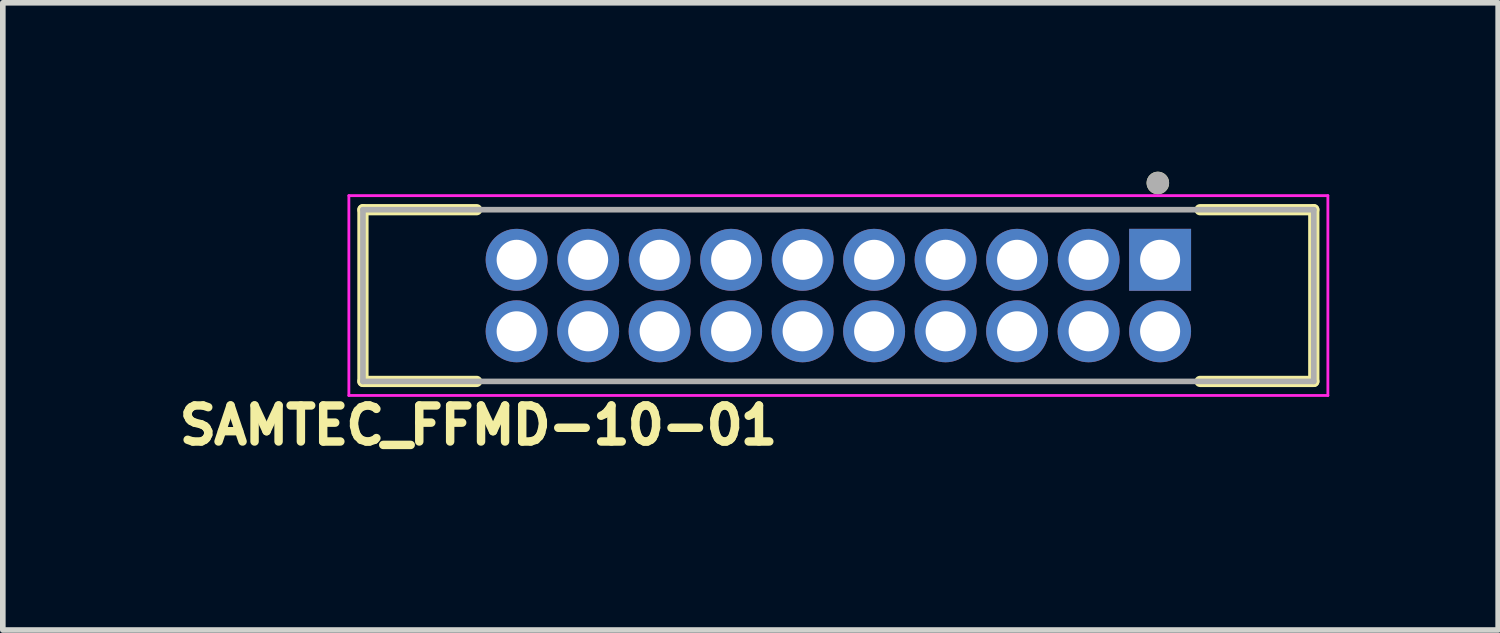
<source format=kicad_pcb>
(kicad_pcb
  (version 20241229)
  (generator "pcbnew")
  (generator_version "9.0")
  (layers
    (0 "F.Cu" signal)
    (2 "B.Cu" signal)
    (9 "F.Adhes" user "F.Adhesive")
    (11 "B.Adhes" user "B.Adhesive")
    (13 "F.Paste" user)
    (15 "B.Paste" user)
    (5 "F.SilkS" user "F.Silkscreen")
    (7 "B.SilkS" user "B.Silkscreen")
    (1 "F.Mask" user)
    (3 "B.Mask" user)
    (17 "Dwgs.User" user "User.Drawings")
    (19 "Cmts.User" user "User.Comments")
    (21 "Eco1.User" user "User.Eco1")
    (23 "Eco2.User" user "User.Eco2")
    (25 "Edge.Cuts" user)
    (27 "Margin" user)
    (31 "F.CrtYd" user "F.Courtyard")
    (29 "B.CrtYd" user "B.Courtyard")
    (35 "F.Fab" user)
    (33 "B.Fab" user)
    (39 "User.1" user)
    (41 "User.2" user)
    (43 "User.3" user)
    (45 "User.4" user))
  (footprint "SAMTEC_FFMD-10-01"
    (layer "F.Cu")
    (at 11.842 2.2)
    (property "Reference" "SAMTEC_FFMD-10-01" (at -6.393 2.304 0) (layer "F.SilkS") (effects (font (size 0.64 0.64) (thickness 0.15))))
    (attr through_hole)
    (fp_line (start -8.445 -1.525) (end -8.445 1.525) (stroke (width 0.2) (type solid)) (layer "F.SilkS"))
    (fp_line (start -8.445 1.525) (end -6.425 1.525) (stroke (width 0.2) (type solid)) (layer "F.SilkS"))
    (fp_line (start -6.425 -1.525) (end -8.445 -1.525) (stroke (width 0.2) (type solid)) (layer "F.SilkS"))
    (fp_line (start 6.425 1.525) (end 8.445 1.525) (stroke (width 0.2) (type solid)) (layer "F.SilkS"))
    (fp_line (start 8.445 -1.525) (end 6.425 -1.525) (stroke (width 0.2) (type solid)) (layer "F.SilkS"))
    (fp_line (start 8.445 1.525) (end 8.445 -1.525) (stroke (width 0.2) (type solid)) (layer "F.SilkS"))
    (fp_circle (center 5.675 -2) (end 5.775 -2) (stroke (width 0.2) (type solid)) (fill no) (layer "F.SilkS"))
    (fp_line (start -8.695 -1.775) (end -8.695 1.775) (stroke (width 0.05) (type solid)) (layer "F.CrtYd"))
    (fp_line (start -8.695 1.775) (end 8.695 1.775) (stroke (width 0.05) (type solid)) (layer "F.CrtYd"))
    (fp_line (start 8.695 -1.775) (end -8.695 -1.775) (stroke (width 0.05) (type solid)) (layer "F.CrtYd"))
    (fp_line (start 8.695 1.775) (end 8.695 -1.775) (stroke (width 0.05) (type solid)) (layer "F.CrtYd"))
    (fp_line (start -8.445 -1.525) (end -8.445 1.525) (stroke (width 0.1) (type solid)) (layer "F.Fab"))
    (fp_line (start -8.445 1.525) (end 8.445 1.525) (stroke (width 0.1) (type solid)) (layer "F.Fab"))
    (fp_line (start 8.445 -1.525) (end -8.445 -1.525) (stroke (width 0.1) (type solid)) (layer "F.Fab"))
    (fp_line (start 8.445 1.525) (end 8.445 -1.525) (stroke (width 0.1) (type solid)) (layer "F.Fab"))
    (fp_circle (center 5.675 -2) (end 5.775 -2) (stroke (width 0.2) (type solid)) (fill no) (layer "F.Fab"))
    (pad "01" thru_hole rect (at 5.715 -0.635) (size 1.1 1.1) (drill 0.711) (layers "*.Cu" "*.Mask"))
    (pad "02" thru_hole circle (at 5.715 0.635) (size 1.1 1.1) (drill 0.711) (layers "*.Cu" "*.Mask"))
    (pad "03" thru_hole circle (at 4.445 -0.635) (size 1.1 1.1) (drill 0.711) (layers "*.Cu" "*.Mask"))
    (pad "04" thru_hole circle (at 4.445 0.635) (size 1.1 1.1) (drill 0.711) (layers "*.Cu" "*.Mask"))
    (pad "05" thru_hole circle (at 3.175 -0.635) (size 1.1 1.1) (drill 0.711) (layers "*.Cu" "*.Mask"))
    (pad "06" thru_hole circle (at 3.175 0.635) (size 1.1 1.1) (drill 0.711) (layers "*.Cu" "*.Mask"))
    (pad "07" thru_hole circle (at 1.905 -0.635) (size 1.1 1.1) (drill 0.711) (layers "*.Cu" "*.Mask"))
    (pad "08" thru_hole circle (at 1.905 0.635) (size 1.1 1.1) (drill 0.711) (layers "*.Cu" "*.Mask"))
    (pad "09" thru_hole circle (at 0.635 -0.635) (size 1.1 1.1) (drill 0.711) (layers "*.Cu" "*.Mask"))
    (pad "10" thru_hole circle (at 0.635 0.635) (size 1.1 1.1) (drill 0.711) (layers "*.Cu" "*.Mask"))
    (pad "11" thru_hole circle (at -0.635 -0.635) (size 1.1 1.1) (drill 0.711) (layers "*.Cu" "*.Mask"))
    (pad "12" thru_hole circle (at -0.635 0.635) (size 1.1 1.1) (drill 0.711) (layers "*.Cu" "*.Mask"))
    (pad "13" thru_hole circle (at -1.905 -0.635) (size 1.1 1.1) (drill 0.711) (layers "*.Cu" "*.Mask"))
    (pad "14" thru_hole circle (at -1.905 0.635) (size 1.1 1.1) (drill 0.711) (layers "*.Cu" "*.Mask"))
    (pad "15" thru_hole circle (at -3.175 -0.635) (size 1.1 1.1) (drill 0.711) (layers "*.Cu" "*.Mask"))
    (pad "16" thru_hole circle (at -3.175 0.635) (size 1.1 1.1) (drill 0.711) (layers "*.Cu" "*.Mask"))
    (pad "17" thru_hole circle (at -4.445 -0.635) (size 1.1 1.1) (drill 0.711) (layers "*.Cu" "*.Mask"))
    (pad "18" thru_hole circle (at -4.445 0.635) (size 1.1 1.1) (drill 0.711) (layers "*.Cu" "*.Mask"))
    (pad "19" thru_hole circle (at -5.715 -0.635) (size 1.1 1.1) (drill 0.711) (layers "*.Cu" "*.Mask"))
    (pad "20" thru_hole circle (at -5.715 0.635) (size 1.1 1.1) (drill 0.711) (layers "*.Cu" "*.Mask")))
  (gr_rect
    (start -3 -3)
    (end 23.562 8.141)
    (stroke (width 0.1) (type default))
    (fill no)
    (layer "Edge.Cuts")))
</source>
